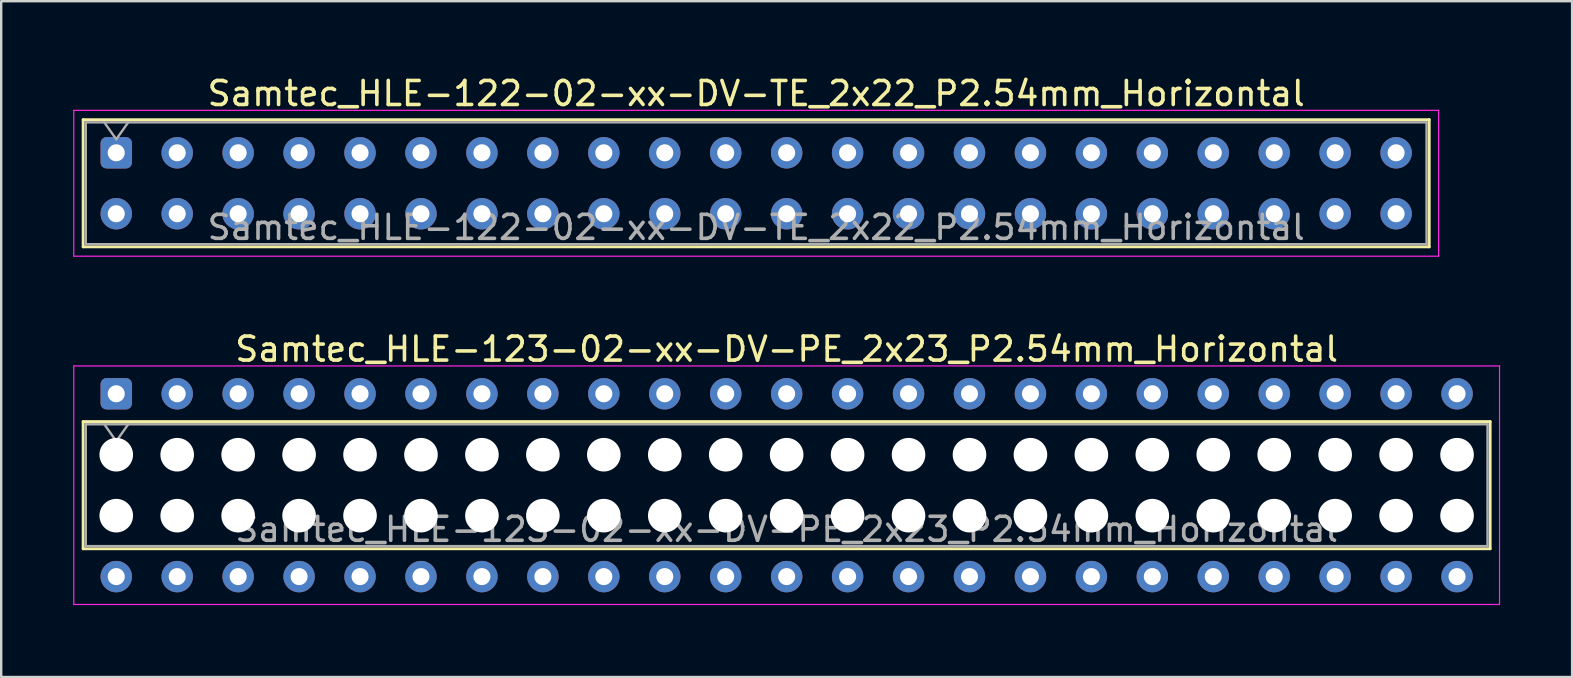
<source format=kicad_pcb>
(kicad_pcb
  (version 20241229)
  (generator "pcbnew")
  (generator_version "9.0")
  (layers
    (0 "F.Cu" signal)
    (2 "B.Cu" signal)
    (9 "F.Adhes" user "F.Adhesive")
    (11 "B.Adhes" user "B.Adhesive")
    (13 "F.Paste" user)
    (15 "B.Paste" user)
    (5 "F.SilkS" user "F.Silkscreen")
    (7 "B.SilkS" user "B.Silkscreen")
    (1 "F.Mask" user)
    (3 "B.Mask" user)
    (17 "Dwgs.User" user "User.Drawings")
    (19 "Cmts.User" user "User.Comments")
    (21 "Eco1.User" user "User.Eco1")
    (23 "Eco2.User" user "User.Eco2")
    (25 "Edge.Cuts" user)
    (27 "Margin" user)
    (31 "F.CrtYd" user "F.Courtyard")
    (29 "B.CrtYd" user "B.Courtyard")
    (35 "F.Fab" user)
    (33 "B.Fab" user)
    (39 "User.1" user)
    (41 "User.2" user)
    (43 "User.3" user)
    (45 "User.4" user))
  (footprint "Samtec_HLE-122-02-xx-DV-TE_2x22_P2.54mm_Horizontal"
    (layer "F.Cu")
    (at 1.795 3.318)
    (property "Reference" "Samtec_HLE-122-02-xx-DV-TE_2x22_P2.54mm_Horizontal" (at 26.67 -2.47 0) (layer "F.SilkS") (effects (font (size 1 1) (thickness 0.15))))
    (attr through_hole)
    (fp_line (start -1.38 -1.38) (end 54.72 -1.38) (stroke (width 0.12) (type solid)) (layer "F.SilkS"))
    (fp_line (start -1.38 3.92) (end -1.38 -1.38) (stroke (width 0.12) (type solid)) (layer "F.SilkS"))
    (fp_line (start 54.72 -1.38) (end 54.72 3.92) (stroke (width 0.12) (type solid)) (layer "F.SilkS"))
    (fp_line (start 54.72 3.92) (end -1.38 3.92) (stroke (width 0.12) (type solid)) (layer "F.SilkS"))
    (fp_line (start -1.77 -1.77) (end 55.11 -1.77) (stroke (width 0.05) (type solid)) (layer "F.CrtYd"))
    (fp_line (start -1.77 4.31) (end -1.77 -1.77) (stroke (width 0.05) (type solid)) (layer "F.CrtYd"))
    (fp_line (start 55.11 -1.77) (end 55.11 4.31) (stroke (width 0.05) (type solid)) (layer "F.CrtYd"))
    (fp_line (start 55.11 4.31) (end -1.77 4.31) (stroke (width 0.05) (type solid)) (layer "F.CrtYd"))
    (fp_line (start -1.27 -1.27) (end 54.61 -1.27) (stroke (width 0.1) (type solid)) (layer "F.Fab"))
    (fp_line (start -1.27 3.81) (end -1.27 -1.27) (stroke (width 0.1) (type solid)) (layer "F.Fab"))
    (fp_line (start -0.5 -1.27) (end 0 -0.563) (stroke (width 0.1) (type solid)) (layer "F.Fab"))
    (fp_line (start 0 -0.563) (end 0.5 -1.27) (stroke (width 0.1) (type solid)) (layer "F.Fab"))
    (fp_line (start 54.61 -1.27) (end 54.61 3.81) (stroke (width 0.1) (type solid)) (layer "F.Fab"))
    (fp_line (start 54.61 3.81) (end -1.27 3.81) (stroke (width 0.1) (type solid)) (layer "F.Fab"))
    (fp_text user "${REFERENCE}" (at 26.67 3.11 0) (layer "F.Fab") (effects (font (size 1 1) (thickness 0.15))))
    (pad "1" thru_hole roundrect (at 0 0) (size 1.31 1.31) (drill 0.71) (layers "*.Cu" "*.Mask") (roundrect_rratio 0.191))
    (pad "2" thru_hole circle (at 0 2.54) (size 1.31 1.31) (drill 0.71) (layers "*.Cu" "*.Mask"))
    (pad "3" thru_hole circle (at 2.54 0) (size 1.31 1.31) (drill 0.71) (layers "*.Cu" "*.Mask"))
    (pad "4" thru_hole circle (at 2.54 2.54) (size 1.31 1.31) (drill 0.71) (layers "*.Cu" "*.Mask"))
    (pad "5" thru_hole circle (at 5.08 0) (size 1.31 1.31) (drill 0.71) (layers "*.Cu" "*.Mask"))
    (pad "6" thru_hole circle (at 5.08 2.54) (size 1.31 1.31) (drill 0.71) (layers "*.Cu" "*.Mask"))
    (pad "7" thru_hole circle (at 7.62 0) (size 1.31 1.31) (drill 0.71) (layers "*.Cu" "*.Mask"))
    (pad "8" thru_hole circle (at 7.62 2.54) (size 1.31 1.31) (drill 0.71) (layers "*.Cu" "*.Mask"))
    (pad "9" thru_hole circle (at 10.16 0) (size 1.31 1.31) (drill 0.71) (layers "*.Cu" "*.Mask"))
    (pad "10" thru_hole circle (at 10.16 2.54) (size 1.31 1.31) (drill 0.71) (layers "*.Cu" "*.Mask"))
    (pad "11" thru_hole circle (at 12.7 0) (size 1.31 1.31) (drill 0.71) (layers "*.Cu" "*.Mask"))
    (pad "12" thru_hole circle (at 12.7 2.54) (size 1.31 1.31) (drill 0.71) (layers "*.Cu" "*.Mask"))
    (pad "13" thru_hole circle (at 15.24 0) (size 1.31 1.31) (drill 0.71) (layers "*.Cu" "*.Mask"))
    (pad "14" thru_hole circle (at 15.24 2.54) (size 1.31 1.31) (drill 0.71) (layers "*.Cu" "*.Mask"))
    (pad "15" thru_hole circle (at 17.78 0) (size 1.31 1.31) (drill 0.71) (layers "*.Cu" "*.Mask"))
    (pad "16" thru_hole circle (at 17.78 2.54) (size 1.31 1.31) (drill 0.71) (layers "*.Cu" "*.Mask"))
    (pad "17" thru_hole circle (at 20.32 0) (size 1.31 1.31) (drill 0.71) (layers "*.Cu" "*.Mask"))
    (pad "18" thru_hole circle (at 20.32 2.54) (size 1.31 1.31) (drill 0.71) (layers "*.Cu" "*.Mask"))
    (pad "19" thru_hole circle (at 22.86 0) (size 1.31 1.31) (drill 0.71) (layers "*.Cu" "*.Mask"))
    (pad "20" thru_hole circle (at 22.86 2.54) (size 1.31 1.31) (drill 0.71) (layers "*.Cu" "*.Mask"))
    (pad "21" thru_hole circle (at 25.4 0) (size 1.31 1.31) (drill 0.71) (layers "*.Cu" "*.Mask"))
    (pad "22" thru_hole circle (at 25.4 2.54) (size 1.31 1.31) (drill 0.71) (layers "*.Cu" "*.Mask"))
    (pad "23" thru_hole circle (at 27.94 0) (size 1.31 1.31) (drill 0.71) (layers "*.Cu" "*.Mask"))
    (pad "24" thru_hole circle (at 27.94 2.54) (size 1.31 1.31) (drill 0.71) (layers "*.Cu" "*.Mask"))
    (pad "25" thru_hole circle (at 30.48 0) (size 1.31 1.31) (drill 0.71) (layers "*.Cu" "*.Mask"))
    (pad "26" thru_hole circle (at 30.48 2.54) (size 1.31 1.31) (drill 0.71) (layers "*.Cu" "*.Mask"))
    (pad "27" thru_hole circle (at 33.02 0) (size 1.31 1.31) (drill 0.71) (layers "*.Cu" "*.Mask"))
    (pad "28" thru_hole circle (at 33.02 2.54) (size 1.31 1.31) (drill 0.71) (layers "*.Cu" "*.Mask"))
    (pad "29" thru_hole circle (at 35.56 0) (size 1.31 1.31) (drill 0.71) (layers "*.Cu" "*.Mask"))
    (pad "30" thru_hole circle (at 35.56 2.54) (size 1.31 1.31) (drill 0.71) (layers "*.Cu" "*.Mask"))
    (pad "31" thru_hole circle (at 38.1 0) (size 1.31 1.31) (drill 0.71) (layers "*.Cu" "*.Mask"))
    (pad "32" thru_hole circle (at 38.1 2.54) (size 1.31 1.31) (drill 0.71) (layers "*.Cu" "*.Mask"))
    (pad "33" thru_hole circle (at 40.64 0) (size 1.31 1.31) (drill 0.71) (layers "*.Cu" "*.Mask"))
    (pad "34" thru_hole circle (at 40.64 2.54) (size 1.31 1.31) (drill 0.71) (layers "*.Cu" "*.Mask"))
    (pad "35" thru_hole circle (at 43.18 0) (size 1.31 1.31) (drill 0.71) (layers "*.Cu" "*.Mask"))
    (pad "36" thru_hole circle (at 43.18 2.54) (size 1.31 1.31) (drill 0.71) (layers "*.Cu" "*.Mask"))
    (pad "37" thru_hole circle (at 45.72 0) (size 1.31 1.31) (drill 0.71) (layers "*.Cu" "*.Mask"))
    (pad "38" thru_hole circle (at 45.72 2.54) (size 1.31 1.31) (drill 0.71) (layers "*.Cu" "*.Mask"))
    (pad "39" thru_hole circle (at 48.26 0) (size 1.31 1.31) (drill 0.71) (layers "*.Cu" "*.Mask"))
    (pad "40" thru_hole circle (at 48.26 2.54) (size 1.31 1.31) (drill 0.71) (layers "*.Cu" "*.Mask"))
    (pad "41" thru_hole circle (at 50.8 0) (size 1.31 1.31) (drill 0.71) (layers "*.Cu" "*.Mask"))
    (pad "42" thru_hole circle (at 50.8 2.54) (size 1.31 1.31) (drill 0.71) (layers "*.Cu" "*.Mask"))
    (pad "43" thru_hole circle (at 53.34 0) (size 1.31 1.31) (drill 0.71) (layers "*.Cu" "*.Mask"))
    (pad "44" thru_hole circle (at 53.34 2.54) (size 1.31 1.31) (drill 0.71) (layers "*.Cu" "*.Mask")))
  (footprint "Samtec_HLE-123-02-xx-DV-PE_2x23_P2.54mm_Horizontal"
    (layer "F.Cu")
    (at 1.795 13.361)
    (property "Reference" "Samtec_HLE-123-02-xx-DV-PE_2x23_P2.54mm_Horizontal" (at 27.94 -1.86 0) (layer "F.SilkS") (effects (font (size 1 1) (thickness 0.15))))
    (attr through_hole)
    (fp_line (start -1.38 1.16) (end 57.26 1.16) (stroke (width 0.12) (type solid)) (layer "F.SilkS"))
    (fp_line (start -1.38 6.46) (end -1.38 1.16) (stroke (width 0.12) (type solid)) (layer "F.SilkS"))
    (fp_line (start 57.26 1.16) (end 57.26 6.46) (stroke (width 0.12) (type solid)) (layer "F.SilkS"))
    (fp_line (start 57.26 6.46) (end -1.38 6.46) (stroke (width 0.12) (type solid)) (layer "F.SilkS"))
    (fp_line (start -1.77 -1.16) (end 57.65 -1.16) (stroke (width 0.05) (type solid)) (layer "F.CrtYd"))
    (fp_line (start -1.77 8.78) (end -1.77 -1.16) (stroke (width 0.05) (type solid)) (layer "F.CrtYd"))
    (fp_line (start 57.65 -1.16) (end 57.65 8.78) (stroke (width 0.05) (type solid)) (layer "F.CrtYd"))
    (fp_line (start 57.65 8.78) (end -1.77 8.78) (stroke (width 0.05) (type solid)) (layer "F.CrtYd"))
    (fp_line (start -1.27 1.27) (end 57.15 1.27) (stroke (width 0.1) (type solid)) (layer "F.Fab"))
    (fp_line (start -1.27 6.35) (end -1.27 1.27) (stroke (width 0.1) (type solid)) (layer "F.Fab"))
    (fp_line (start -0.5 1.27) (end 0 1.977) (stroke (width 0.1) (type solid)) (layer "F.Fab"))
    (fp_line (start 0 1.977) (end 0.5 1.27) (stroke (width 0.1) (type solid)) (layer "F.Fab"))
    (fp_line (start 57.15 1.27) (end 57.15 6.35) (stroke (width 0.1) (type solid)) (layer "F.Fab"))
    (fp_line (start 57.15 6.35) (end -1.27 6.35) (stroke (width 0.1) (type solid)) (layer "F.Fab"))
    (fp_text user "${REFERENCE}" (at 27.94 5.65 0) (layer "F.Fab") (effects (font (size 1 1) (thickness 0.15))))
    (pad "" np_thru_hole circle (at 0 2.54) (size 1.4 1.4) (drill 1.4) (layers "*.Cu" "*.Mask"))
    (pad "" np_thru_hole circle (at 0 5.08) (size 1.4 1.4) (drill 1.4) (layers "*.Cu" "*.Mask"))
    (pad "" np_thru_hole circle (at 2.54 2.54) (size 1.4 1.4) (drill 1.4) (layers "*.Cu" "*.Mask"))
    (pad "" np_thru_hole circle (at 2.54 5.08) (size 1.4 1.4) (drill 1.4) (layers "*.Cu" "*.Mask"))
    (pad "" np_thru_hole circle (at 5.08 2.54) (size 1.4 1.4) (drill 1.4) (layers "*.Cu" "*.Mask"))
    (pad "" np_thru_hole circle (at 5.08 5.08) (size 1.4 1.4) (drill 1.4) (layers "*.Cu" "*.Mask"))
    (pad "" np_thru_hole circle (at 7.62 2.54) (size 1.4 1.4) (drill 1.4) (layers "*.Cu" "*.Mask"))
    (pad "" np_thru_hole circle (at 7.62 5.08) (size 1.4 1.4) (drill 1.4) (layers "*.Cu" "*.Mask"))
    (pad "" np_thru_hole circle (at 10.16 2.54) (size 1.4 1.4) (drill 1.4) (layers "*.Cu" "*.Mask"))
    (pad "" np_thru_hole circle (at 10.16 5.08) (size 1.4 1.4) (drill 1.4) (layers "*.Cu" "*.Mask"))
    (pad "" np_thru_hole circle (at 12.7 2.54) (size 1.4 1.4) (drill 1.4) (layers "*.Cu" "*.Mask"))
    (pad "" np_thru_hole circle (at 12.7 5.08) (size 1.4 1.4) (drill 1.4) (layers "*.Cu" "*.Mask"))
    (pad "" np_thru_hole circle (at 15.24 2.54) (size 1.4 1.4) (drill 1.4) (layers "*.Cu" "*.Mask"))
    (pad "" np_thru_hole circle (at 15.24 5.08) (size 1.4 1.4) (drill 1.4) (layers "*.Cu" "*.Mask"))
    (pad "" np_thru_hole circle (at 17.78 2.54) (size 1.4 1.4) (drill 1.4) (layers "*.Cu" "*.Mask"))
    (pad "" np_thru_hole circle (at 17.78 5.08) (size 1.4 1.4) (drill 1.4) (layers "*.Cu" "*.Mask"))
    (pad "" np_thru_hole circle (at 20.32 2.54) (size 1.4 1.4) (drill 1.4) (layers "*.Cu" "*.Mask"))
    (pad "" np_thru_hole circle (at 20.32 5.08) (size 1.4 1.4) (drill 1.4) (layers "*.Cu" "*.Mask"))
    (pad "" np_thru_hole circle (at 22.86 2.54) (size 1.4 1.4) (drill 1.4) (layers "*.Cu" "*.Mask"))
    (pad "" np_thru_hole circle (at 22.86 5.08) (size 1.4 1.4) (drill 1.4) (layers "*.Cu" "*.Mask"))
    (pad "" np_thru_hole circle (at 25.4 2.54) (size 1.4 1.4) (drill 1.4) (layers "*.Cu" "*.Mask"))
    (pad "" np_thru_hole circle (at 25.4 5.08) (size 1.4 1.4) (drill 1.4) (layers "*.Cu" "*.Mask"))
    (pad "" np_thru_hole circle (at 27.94 2.54) (size 1.4 1.4) (drill 1.4) (layers "*.Cu" "*.Mask"))
    (pad "" np_thru_hole circle (at 27.94 5.08) (size 1.4 1.4) (drill 1.4) (layers "*.Cu" "*.Mask"))
    (pad "" np_thru_hole circle (at 30.48 2.54) (size 1.4 1.4) (drill 1.4) (layers "*.Cu" "*.Mask"))
    (pad "" np_thru_hole circle (at 30.48 5.08) (size 1.4 1.4) (drill 1.4) (layers "*.Cu" "*.Mask"))
    (pad "" np_thru_hole circle (at 33.02 2.54) (size 1.4 1.4) (drill 1.4) (layers "*.Cu" "*.Mask"))
    (pad "" np_thru_hole circle (at 33.02 5.08) (size 1.4 1.4) (drill 1.4) (layers "*.Cu" "*.Mask"))
    (pad "" np_thru_hole circle (at 35.56 2.54) (size 1.4 1.4) (drill 1.4) (layers "*.Cu" "*.Mask"))
    (pad "" np_thru_hole circle (at 35.56 5.08) (size 1.4 1.4) (drill 1.4) (layers "*.Cu" "*.Mask"))
    (pad "" np_thru_hole circle (at 38.1 2.54) (size 1.4 1.4) (drill 1.4) (layers "*.Cu" "*.Mask"))
    (pad "" np_thru_hole circle (at 38.1 5.08) (size 1.4 1.4) (drill 1.4) (layers "*.Cu" "*.Mask"))
    (pad "" np_thru_hole circle (at 40.64 2.54) (size 1.4 1.4) (drill 1.4) (layers "*.Cu" "*.Mask"))
    (pad "" np_thru_hole circle (at 40.64 5.08) (size 1.4 1.4) (drill 1.4) (layers "*.Cu" "*.Mask"))
    (pad "" np_thru_hole circle (at 43.18 2.54) (size 1.4 1.4) (drill 1.4) (layers "*.Cu" "*.Mask"))
    (pad "" np_thru_hole circle (at 43.18 5.08) (size 1.4 1.4) (drill 1.4) (layers "*.Cu" "*.Mask"))
    (pad "" np_thru_hole circle (at 45.72 2.54) (size 1.4 1.4) (drill 1.4) (layers "*.Cu" "*.Mask"))
    (pad "" np_thru_hole circle (at 45.72 5.08) (size 1.4 1.4) (drill 1.4) (layers "*.Cu" "*.Mask"))
    (pad "" np_thru_hole circle (at 48.26 2.54) (size 1.4 1.4) (drill 1.4) (layers "*.Cu" "*.Mask"))
    (pad "" np_thru_hole circle (at 48.26 5.08) (size 1.4 1.4) (drill 1.4) (layers "*.Cu" "*.Mask"))
    (pad "" np_thru_hole circle (at 50.8 2.54) (size 1.4 1.4) (drill 1.4) (layers "*.Cu" "*.Mask"))
    (pad "" np_thru_hole circle (at 50.8 5.08) (size 1.4 1.4) (drill 1.4) (layers "*.Cu" "*.Mask"))
    (pad "" np_thru_hole circle (at 53.34 2.54) (size 1.4 1.4) (drill 1.4) (layers "*.Cu" "*.Mask"))
    (pad "" np_thru_hole circle (at 53.34 5.08) (size 1.4 1.4) (drill 1.4) (layers "*.Cu" "*.Mask"))
    (pad "" np_thru_hole circle (at 55.88 2.54) (size 1.4 1.4) (drill 1.4) (layers "*.Cu" "*.Mask"))
    (pad "" np_thru_hole circle (at 55.88 5.08) (size 1.4 1.4) (drill 1.4) (layers "*.Cu" "*.Mask"))
    (pad "1" thru_hole roundrect (at 0 0) (size 1.31 1.31) (drill 0.71) (layers "*.Cu" "*.Mask") (roundrect_rratio 0.191))
    (pad "2" thru_hole circle (at 0 7.62) (size 1.31 1.31) (drill 0.71) (layers "*.Cu" "*.Mask"))
    (pad "3" thru_hole circle (at 2.54 0) (size 1.31 1.31) (drill 0.71) (layers "*.Cu" "*.Mask"))
    (pad "4" thru_hole circle (at 2.54 7.62) (size 1.31 1.31) (drill 0.71) (layers "*.Cu" "*.Mask"))
    (pad "5" thru_hole circle (at 5.08 0) (size 1.31 1.31) (drill 0.71) (layers "*.Cu" "*.Mask"))
    (pad "6" thru_hole circle (at 5.08 7.62) (size 1.31 1.31) (drill 0.71) (layers "*.Cu" "*.Mask"))
    (pad "7" thru_hole circle (at 7.62 0) (size 1.31 1.31) (drill 0.71) (layers "*.Cu" "*.Mask"))
    (pad "8" thru_hole circle (at 7.62 7.62) (size 1.31 1.31) (drill 0.71) (layers "*.Cu" "*.Mask"))
    (pad "9" thru_hole circle (at 10.16 0) (size 1.31 1.31) (drill 0.71) (layers "*.Cu" "*.Mask"))
    (pad "10" thru_hole circle (at 10.16 7.62) (size 1.31 1.31) (drill 0.71) (layers "*.Cu" "*.Mask"))
    (pad "11" thru_hole circle (at 12.7 0) (size 1.31 1.31) (drill 0.71) (layers "*.Cu" "*.Mask"))
    (pad "12" thru_hole circle (at 12.7 7.62) (size 1.31 1.31) (drill 0.71) (layers "*.Cu" "*.Mask"))
    (pad "13" thru_hole circle (at 15.24 0) (size 1.31 1.31) (drill 0.71) (layers "*.Cu" "*.Mask"))
    (pad "14" thru_hole circle (at 15.24 7.62) (size 1.31 1.31) (drill 0.71) (layers "*.Cu" "*.Mask"))
    (pad "15" thru_hole circle (at 17.78 0) (size 1.31 1.31) (drill 0.71) (layers "*.Cu" "*.Mask"))
    (pad "16" thru_hole circle (at 17.78 7.62) (size 1.31 1.31) (drill 0.71) (layers "*.Cu" "*.Mask"))
    (pad "17" thru_hole circle (at 20.32 0) (size 1.31 1.31) (drill 0.71) (layers "*.Cu" "*.Mask"))
    (pad "18" thru_hole circle (at 20.32 7.62) (size 1.31 1.31) (drill 0.71) (layers "*.Cu" "*.Mask"))
    (pad "19" thru_hole circle (at 22.86 0) (size 1.31 1.31) (drill 0.71) (layers "*.Cu" "*.Mask"))
    (pad "20" thru_hole circle (at 22.86 7.62) (size 1.31 1.31) (drill 0.71) (layers "*.Cu" "*.Mask"))
    (pad "21" thru_hole circle (at 25.4 0) (size 1.31 1.31) (drill 0.71) (layers "*.Cu" "*.Mask"))
    (pad "22" thru_hole circle (at 25.4 7.62) (size 1.31 1.31) (drill 0.71) (layers "*.Cu" "*.Mask"))
    (pad "23" thru_hole circle (at 27.94 0) (size 1.31 1.31) (drill 0.71) (layers "*.Cu" "*.Mask"))
    (pad "24" thru_hole circle (at 27.94 7.62) (size 1.31 1.31) (drill 0.71) (layers "*.Cu" "*.Mask"))
    (pad "25" thru_hole circle (at 30.48 0) (size 1.31 1.31) (drill 0.71) (layers "*.Cu" "*.Mask"))
    (pad "26" thru_hole circle (at 30.48 7.62) (size 1.31 1.31) (drill 0.71) (layers "*.Cu" "*.Mask"))
    (pad "27" thru_hole circle (at 33.02 0) (size 1.31 1.31) (drill 0.71) (layers "*.Cu" "*.Mask"))
    (pad "28" thru_hole circle (at 33.02 7.62) (size 1.31 1.31) (drill 0.71) (layers "*.Cu" "*.Mask"))
    (pad "29" thru_hole circle (at 35.56 0) (size 1.31 1.31) (drill 0.71) (layers "*.Cu" "*.Mask"))
    (pad "30" thru_hole circle (at 35.56 7.62) (size 1.31 1.31) (drill 0.71) (layers "*.Cu" "*.Mask"))
    (pad "31" thru_hole circle (at 38.1 0) (size 1.31 1.31) (drill 0.71) (layers "*.Cu" "*.Mask"))
    (pad "32" thru_hole circle (at 38.1 7.62) (size 1.31 1.31) (drill 0.71) (layers "*.Cu" "*.Mask"))
    (pad "33" thru_hole circle (at 40.64 0) (size 1.31 1.31) (drill 0.71) (layers "*.Cu" "*.Mask"))
    (pad "34" thru_hole circle (at 40.64 7.62) (size 1.31 1.31) (drill 0.71) (layers "*.Cu" "*.Mask"))
    (pad "35" thru_hole circle (at 43.18 0) (size 1.31 1.31) (drill 0.71) (layers "*.Cu" "*.Mask"))
    (pad "36" thru_hole circle (at 43.18 7.62) (size 1.31 1.31) (drill 0.71) (layers "*.Cu" "*.Mask"))
    (pad "37" thru_hole circle (at 45.72 0) (size 1.31 1.31) (drill 0.71) (layers "*.Cu" "*.Mask"))
    (pad "38" thru_hole circle (at 45.72 7.62) (size 1.31 1.31) (drill 0.71) (layers "*.Cu" "*.Mask"))
    (pad "39" thru_hole circle (at 48.26 0) (size 1.31 1.31) (drill 0.71) (layers "*.Cu" "*.Mask"))
    (pad "40" thru_hole circle (at 48.26 7.62) (size 1.31 1.31) (drill 0.71) (layers "*.Cu" "*.Mask"))
    (pad "41" thru_hole circle (at 50.8 0) (size 1.31 1.31) (drill 0.71) (layers "*.Cu" "*.Mask"))
    (pad "42" thru_hole circle (at 50.8 7.62) (size 1.31 1.31) (drill 0.71) (layers "*.Cu" "*.Mask"))
    (pad "43" thru_hole circle (at 53.34 0) (size 1.31 1.31) (drill 0.71) (layers "*.Cu" "*.Mask"))
    (pad "44" thru_hole circle (at 53.34 7.62) (size 1.31 1.31) (drill 0.71) (layers "*.Cu" "*.Mask"))
    (pad "45" thru_hole circle (at 55.88 0) (size 1.31 1.31) (drill 0.71) (layers "*.Cu" "*.Mask"))
    (pad "46" thru_hole circle (at 55.88 7.62) (size 1.31 1.31) (drill 0.71) (layers "*.Cu" "*.Mask")))
  (gr_rect
    (start -3 -3)
    (end 62.47 25.166)
    (stroke (width 0.1) (type default))
    (fill no)
    (layer "Edge.Cuts")))
</source>
